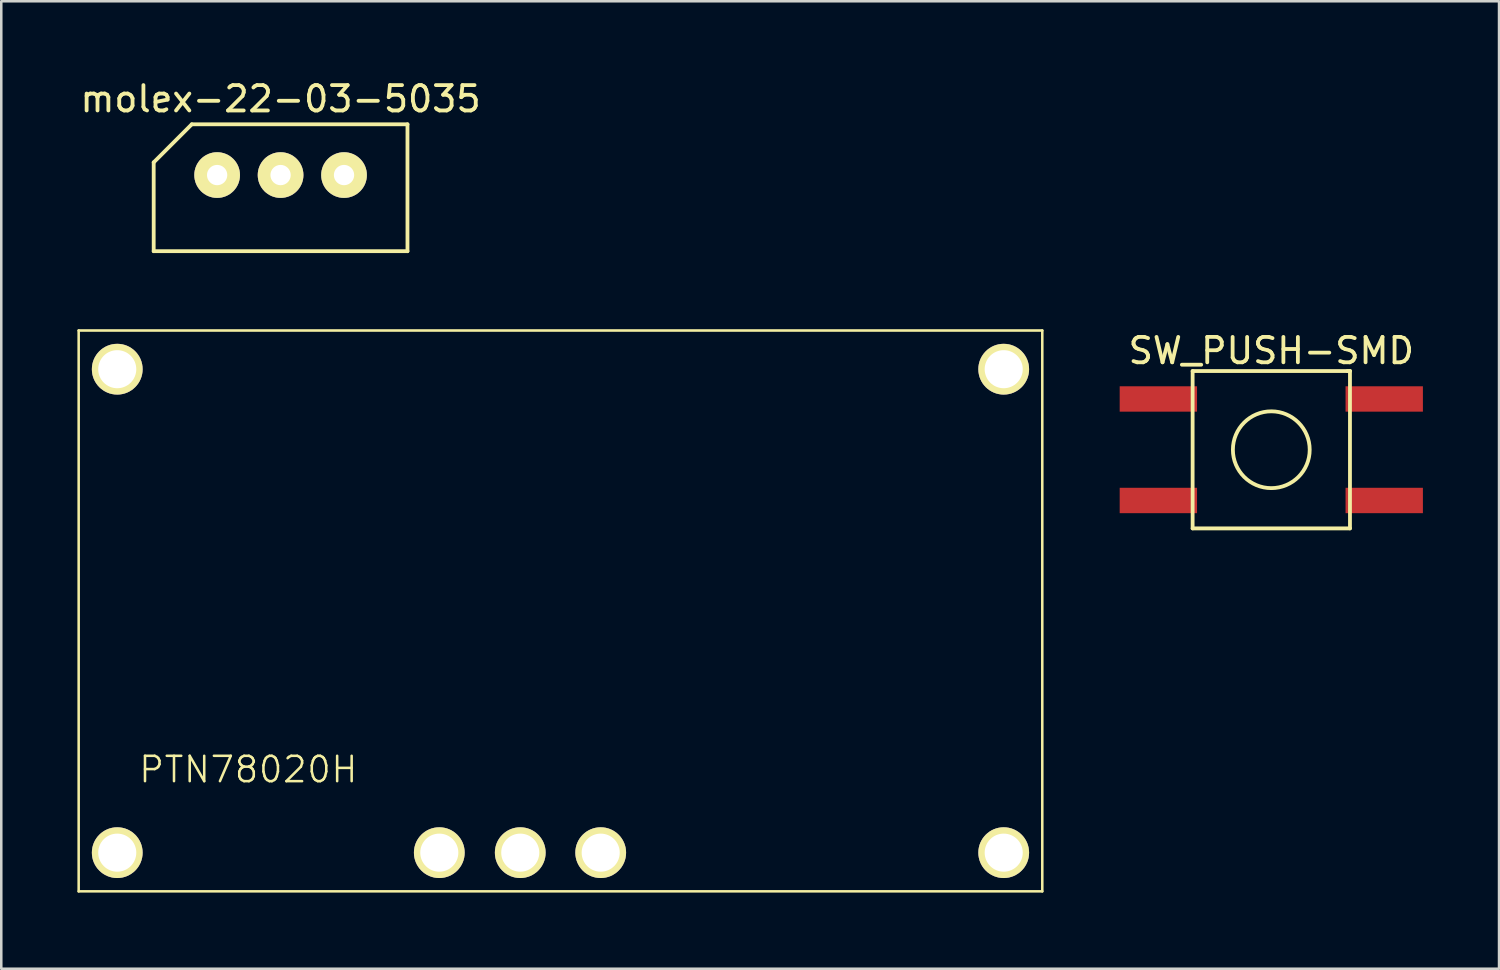
<source format=kicad_pcb>
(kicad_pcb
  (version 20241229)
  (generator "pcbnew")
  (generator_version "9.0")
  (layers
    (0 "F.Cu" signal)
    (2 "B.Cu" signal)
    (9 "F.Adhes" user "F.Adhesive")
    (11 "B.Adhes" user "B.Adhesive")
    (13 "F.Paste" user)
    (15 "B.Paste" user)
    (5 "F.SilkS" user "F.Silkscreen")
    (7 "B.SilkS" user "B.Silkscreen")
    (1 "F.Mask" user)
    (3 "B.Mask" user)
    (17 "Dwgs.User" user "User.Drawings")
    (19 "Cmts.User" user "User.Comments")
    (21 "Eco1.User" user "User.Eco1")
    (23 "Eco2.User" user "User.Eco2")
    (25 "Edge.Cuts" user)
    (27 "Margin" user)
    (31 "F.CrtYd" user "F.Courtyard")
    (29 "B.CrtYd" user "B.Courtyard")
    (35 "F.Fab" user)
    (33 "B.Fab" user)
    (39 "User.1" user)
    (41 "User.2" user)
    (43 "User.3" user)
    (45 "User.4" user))
  (footprint "SW_PUSH-SMD"
    (layer "F.Cu")
    (at 47.044 14.671)
    (property "Reference" "SW_PUSH-SMD" (at 0 -3.9 0) (layer "F.SilkS") (effects (font (size 1 1) (thickness 0.15))))
    (attr through_hole)
    (fp_line (start -3.1 -3.1) (end -3.1 3.1) (stroke (width 0.15) (type solid)) (layer "F.SilkS"))
    (fp_line (start -3.1 3.1) (end 3.1 3.1) (stroke (width 0.15) (type solid)) (layer "F.SilkS"))
    (fp_line (start 3.1 -3.1) (end -3.1 -3.1) (stroke (width 0.15) (type solid)) (layer "F.SilkS"))
    (fp_line (start 3.1 -3.1) (end 3 -3.1) (stroke (width 0.15) (type solid)) (layer "F.SilkS"))
    (fp_line (start 3.1 3.1) (end 3.1 -3.1) (stroke (width 0.15) (type solid)) (layer "F.SilkS"))
    (fp_circle (center 0 0) (end 1.5 0.2) (stroke (width 0.15) (type solid)) (fill no) (layer "F.SilkS"))
    (pad "1" smd rect (at -4.45 -2) (size 3.048 1) (layers "F.Cu" "F.Mask" "F.Paste"))
    (pad "1" smd rect (at 4.45 -2) (size 3.048 1) (layers "F.Cu" "F.Mask" "F.Paste"))
    (pad "2" smd rect (at -4.45 2) (size 3.048 1) (layers "F.Cu" "F.Mask" "F.Paste"))
    (pad "2" smd rect (at 4.45 2) (size 3.048 1) (layers "F.Cu" "F.Mask" "F.Paste")))
  (footprint "molex-22-03-5035"
    (layer "F.Cu")
    (at 8.006 3.848)
    (property "Reference" "molex-22-03-5035" (at 0 -3 0) (layer "F.SilkS") (effects (font (size 1 1) (thickness 0.15))))
    (attr through_hole)
    (fp_line (start -5 -0.5) (end -5 3) (stroke (width 0.15) (type solid)) (layer "F.SilkS"))
    (fp_line (start -5 -0.5) (end -3.5 -2) (stroke (width 0.15) (type solid)) (layer "F.SilkS"))
    (fp_line (start 5 -2) (end -3.5 -2) (stroke (width 0.15) (type solid)) (layer "F.SilkS"))
    (fp_line (start 5 3) (end -5 3) (stroke (width 0.15) (type solid)) (layer "F.SilkS"))
    (fp_line (start 5 3) (end 5 -2) (stroke (width 0.15) (type solid)) (layer "F.SilkS"))
    (pad "1" thru_hole circle (at -2.5 0) (size 1.8 1.8) (drill 0.8) (layers "*.Cu" "*.Mask" "F.SilkS"))
    (pad "2" thru_hole circle (at 0 0) (size 1.8 1.8) (drill 0.8) (layers "*.Cu" "*.Mask" "F.SilkS"))
    (pad "3" thru_hole circle (at 2.5 0) (size 1.8 1.8) (drill 0.8) (layers "*.Cu" "*.Mask" "F.SilkS")))
  (footprint "PTN78020H"
    (layer "F.Cu")
    (at 19.035 21.023)
    (property "Reference" "PTN78020H" (at -12.3 6.25 0) (layer "F.SilkS") (effects (font (size 1 1) (thickness 0.1))))
    (attr through_hole)
    (fp_line (start -18.985 -11.05) (end -18.985 11.05) (stroke (width 0.1) (type solid)) (layer "F.SilkS"))
    (fp_line (start -18.985 11.05) (end 18.985 11.05) (stroke (width 0.1) (type solid)) (layer "F.SilkS"))
    (fp_line (start 18.985 -11.05) (end -18.985 -11.05) (stroke (width 0.1) (type solid)) (layer "F.SilkS"))
    (fp_line (start 18.985 11.05) (end 18.985 -11.05) (stroke (width 0.1) (type solid)) (layer "F.SilkS"))
    (pad "1" thru_hole circle (at -17.465 -9.525) (size 2 2) (drill 1.5) (layers "*.Cu" "*.Mask" "F.SilkS"))
    (pad "2" thru_hole circle (at -17.465 9.525) (size 2 2) (drill 1.5) (layers "*.Cu" "*.Mask" "F.SilkS"))
    (pad "3" thru_hole circle (at -4.775 9.525) (size 2 2) (drill 1.5) (layers "*.Cu" "*.Mask" "F.SilkS"))
    (pad "4" thru_hole circle (at -1.585 9.525) (size 2 2) (drill 1.5) (layers "*.Cu" "*.Mask" "F.SilkS"))
    (pad "5" thru_hole circle (at 1.585 9.525) (size 2 2) (drill 1.5) (layers "*.Cu" "*.Mask" "F.SilkS"))
    (pad "6" thru_hole circle (at 17.465 9.525) (size 2 2) (drill 1.5) (layers "*.Cu" "*.Mask" "F.SilkS"))
    (pad "7" thru_hole circle (at 17.465 -9.525) (size 2 2) (drill 1.5) (layers "*.Cu" "*.Mask" "F.SilkS")))
  (gr_rect
    (start -3 -3)
    (end 56.018 35.123)
    (stroke (width 0.1) (type default))
    (fill no)
    (layer "Edge.Cuts")))
</source>
